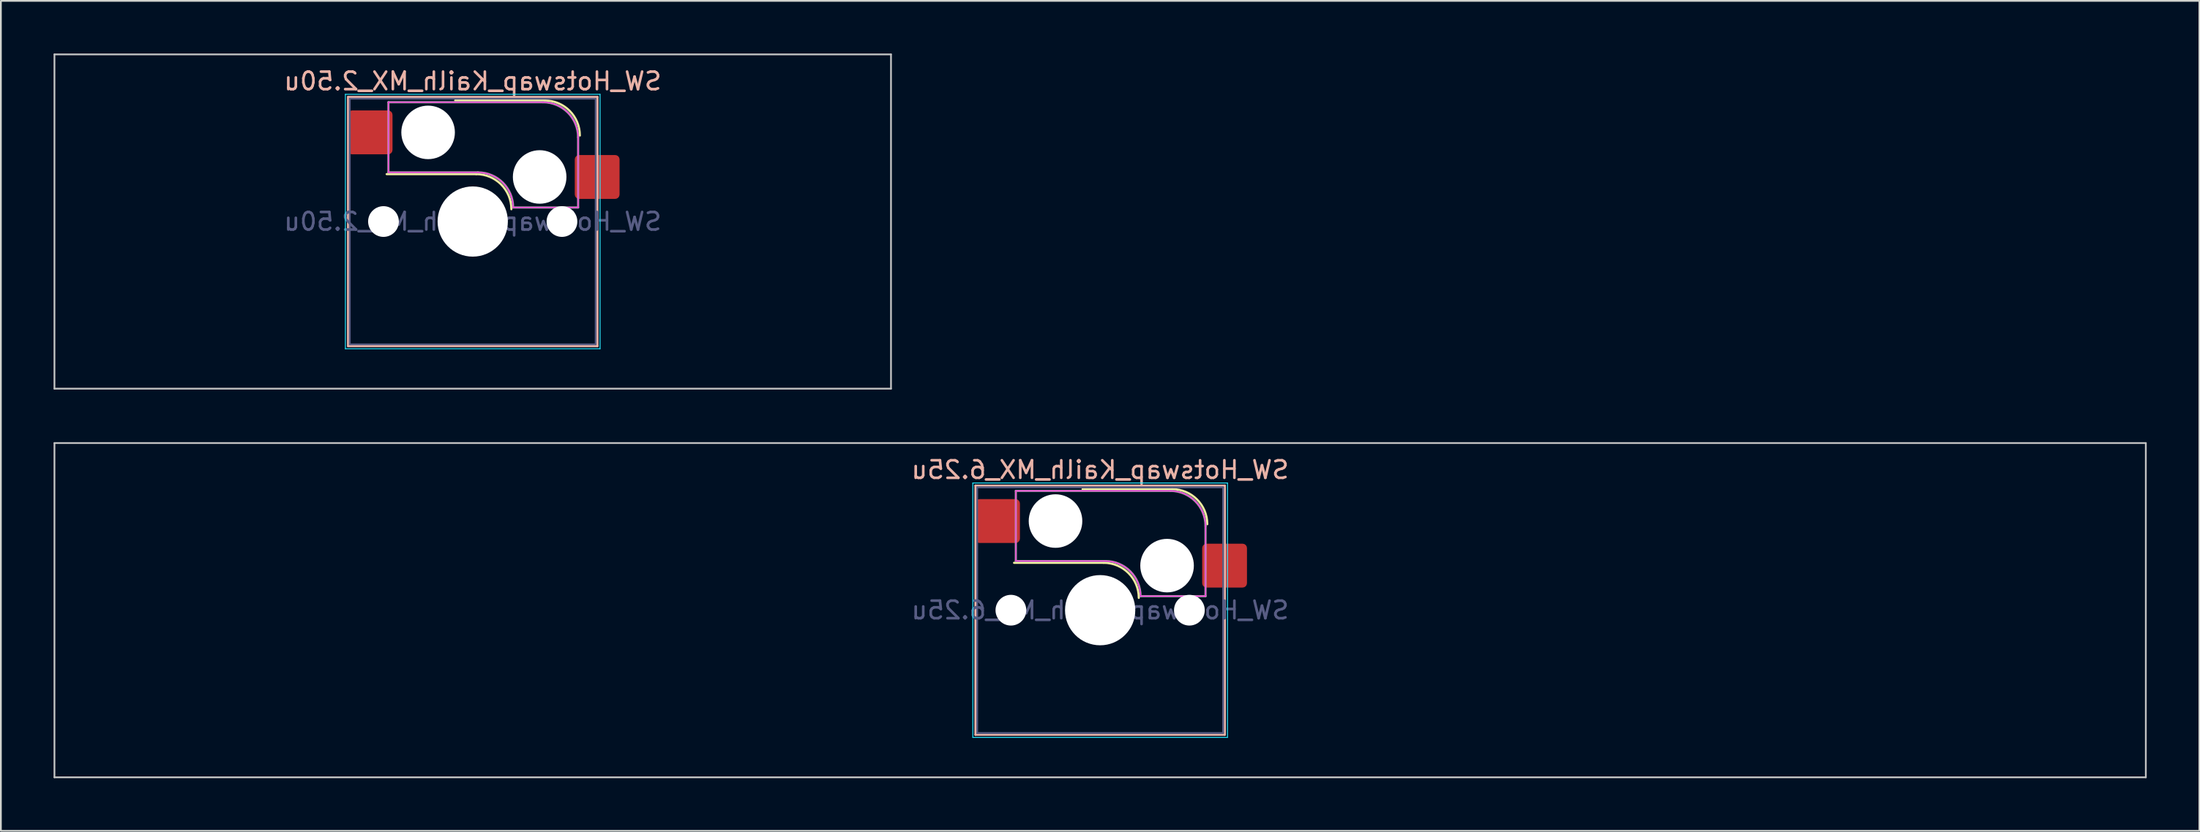
<source format=kicad_pcb>
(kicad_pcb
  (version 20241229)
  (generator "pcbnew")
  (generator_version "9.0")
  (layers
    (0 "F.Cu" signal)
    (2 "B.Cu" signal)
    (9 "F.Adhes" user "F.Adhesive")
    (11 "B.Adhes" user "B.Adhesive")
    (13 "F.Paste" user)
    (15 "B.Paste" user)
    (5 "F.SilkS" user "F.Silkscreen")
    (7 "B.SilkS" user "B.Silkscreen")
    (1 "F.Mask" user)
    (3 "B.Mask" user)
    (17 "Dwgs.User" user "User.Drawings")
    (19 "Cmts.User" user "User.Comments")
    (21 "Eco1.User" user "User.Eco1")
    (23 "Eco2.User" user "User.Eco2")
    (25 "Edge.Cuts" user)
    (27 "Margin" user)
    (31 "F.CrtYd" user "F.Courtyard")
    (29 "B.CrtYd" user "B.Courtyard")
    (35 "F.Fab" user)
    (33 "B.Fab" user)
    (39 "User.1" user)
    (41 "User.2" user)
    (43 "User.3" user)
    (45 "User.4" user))
  (footprint "SW_Hotswap_Kailh_MX_6.25u"
    (layer "F.Cu")
    (at 60.144 26.95)
    (property "Reference" "SW_Hotswap_Kailh_MX_6.25u" (at -0.562 -3.225 0) (layer "B.SilkS") (effects (font (size 1 1) (thickness 0.15)) (justify mirror)))
    (attr smd)
    (fp_line (start -0.362 2.075) (end -5.463 2.075) (stroke (width 0.12) (type solid)) (layer "F.SilkS"))
    (fp_line (start 3.538 -2.125) (end -1.562 -2.125) (stroke (width 0.12) (type solid)) (layer "F.SilkS"))
    (fp_arc (start -0.3625 2.075) (mid 1.051714 2.660786) (end 1.6375 4.075) (stroke (width 0.12) (type solid)) (layer "F.SilkS"))
    (fp_arc (start 3.5375 -2.125) (mid 4.951714 -1.539214) (end 5.5375 -0.125) (stroke (width 0.12) (type solid)) (layer "F.SilkS"))
    (fp_line (start -7.662 -2.325) (end 6.537 -2.325) (stroke (width 0.12) (type solid)) (layer "B.SilkS"))
    (fp_line (start -7.662 11.875) (end -7.662 -2.325) (stroke (width 0.12) (type solid)) (layer "B.SilkS"))
    (fp_line (start 6.537 -2.325) (end 6.537 11.875) (stroke (width 0.12) (type solid)) (layer "B.SilkS"))
    (fp_line (start 6.537 11.875) (end -7.662 11.875) (stroke (width 0.12) (type solid)) (layer "B.SilkS"))
    (fp_line (start -60.094 -4.75) (end 58.969 -4.75) (stroke (width 0.1) (type solid)) (layer "Dwgs.User"))
    (fp_line (start -60.094 14.3) (end -60.094 -4.75) (stroke (width 0.1) (type solid)) (layer "Dwgs.User"))
    (fp_line (start 58.969 -4.75) (end 58.969 14.3) (stroke (width 0.1) (type solid)) (layer "Dwgs.User"))
    (fp_line (start 58.969 14.3) (end -60.094 14.3) (stroke (width 0.1) (type solid)) (layer "Dwgs.User"))
    (fp_line (start -8.363 -1.225) (end -8.363 1.875) (stroke (width 0.1) (type solid)) (layer "Eco1.User"))
    (fp_line (start -8.363 1.875) (end -7.562 1.875) (stroke (width 0.1) (type solid)) (layer "Eco1.User"))
    (fp_line (start -8.363 7.675) (end -8.363 10.775) (stroke (width 0.1) (type solid)) (layer "Eco1.User"))
    (fp_line (start -8.363 10.775) (end -7.562 10.775) (stroke (width 0.1) (type solid)) (layer "Eco1.User"))
    (fp_line (start -7.562 -2.225) (end -7.562 -1.225) (stroke (width 0.1) (type solid)) (layer "Eco1.User"))
    (fp_line (start -7.562 -1.225) (end -8.363 -1.225) (stroke (width 0.1) (type solid)) (layer "Eco1.User"))
    (fp_line (start -7.562 1.875) (end -7.562 7.675) (stroke (width 0.1) (type solid)) (layer "Eco1.User"))
    (fp_line (start -7.562 7.675) (end -8.363 7.675) (stroke (width 0.1) (type solid)) (layer "Eco1.User"))
    (fp_line (start -7.562 10.775) (end -7.562 11.775) (stroke (width 0.1) (type solid)) (layer "Eco1.User"))
    (fp_line (start -7.562 11.775) (end 6.438 11.775) (stroke (width 0.1) (type solid)) (layer "Eco1.User"))
    (fp_line (start 6.438 -2.225) (end -7.562 -2.225) (stroke (width 0.1) (type solid)) (layer "Eco1.User"))
    (fp_line (start 6.438 -1.225) (end 6.438 -2.225) (stroke (width 0.1) (type solid)) (layer "Eco1.User"))
    (fp_line (start 6.438 1.875) (end 7.237 1.875) (stroke (width 0.1) (type solid)) (layer "Eco1.User"))
    (fp_line (start 6.438 7.675) (end 6.438 1.875) (stroke (width 0.1) (type solid)) (layer "Eco1.User"))
    (fp_line (start 6.438 10.775) (end 7.237 10.775) (stroke (width 0.1) (type solid)) (layer "Eco1.User"))
    (fp_line (start 6.438 11.775) (end 6.438 10.775) (stroke (width 0.1) (type solid)) (layer "Eco1.User"))
    (fp_line (start 7.237 -1.225) (end 6.438 -1.225) (stroke (width 0.1) (type solid)) (layer "Eco1.User"))
    (fp_line (start 7.237 1.875) (end 7.237 -1.225) (stroke (width 0.1) (type solid)) (layer "Eco1.User"))
    (fp_line (start 7.237 7.675) (end 6.438 7.675) (stroke (width 0.1) (type solid)) (layer "Eco1.User"))
    (fp_line (start 7.237 10.775) (end 7.237 7.675) (stroke (width 0.1) (type solid)) (layer "Eco1.User"))
    (fp_line (start -7.812 -2.475) (end 6.688 -2.475) (stroke (width 0.05) (type solid)) (layer "B.CrtYd"))
    (fp_line (start -7.812 12.025) (end -7.812 -2.475) (stroke (width 0.05) (type solid)) (layer "B.CrtYd"))
    (fp_line (start 6.688 -2.475) (end 6.688 12.025) (stroke (width 0.05) (type solid)) (layer "B.CrtYd"))
    (fp_line (start 6.688 12.025) (end -7.812 12.025) (stroke (width 0.05) (type solid)) (layer "B.CrtYd"))
    (fp_line (start -5.362 -2.025) (end -5.362 1.975) (stroke (width 0.05) (type solid)) (layer "F.CrtYd"))
    (fp_line (start -0.263 1.975) (end -5.362 1.975) (stroke (width 0.05) (type solid)) (layer "F.CrtYd"))
    (fp_line (start 3.438 -2.025) (end -5.362 -2.025) (stroke (width 0.05) (type solid)) (layer "F.CrtYd"))
    (fp_line (start 5.438 3.975) (end 1.738 3.975) (stroke (width 0.05) (type solid)) (layer "F.CrtYd"))
    (fp_line (start 5.438 3.975) (end 5.438 -0.025) (stroke (width 0.05) (type solid)) (layer "F.CrtYd"))
    (fp_arc (start -0.2625 1.975) (mid 1.151714 2.560786) (end 1.7375 3.975) (stroke (width 0.05) (type solid)) (layer "F.CrtYd"))
    (fp_arc (start 3.4375 -2.025) (mid 4.851714 -1.439214) (end 5.4375 -0.025) (stroke (width 0.05) (type solid)) (layer "F.CrtYd"))
    (fp_line (start -7.562 -2.225) (end 6.438 -2.225) (stroke (width 0.1) (type solid)) (layer "B.Fab"))
    (fp_line (start -7.562 11.775) (end -7.562 -2.225) (stroke (width 0.1) (type solid)) (layer "B.Fab"))
    (fp_line (start 6.438 -2.225) (end 6.438 11.775) (stroke (width 0.1) (type solid)) (layer "B.Fab"))
    (fp_line (start 6.438 11.775) (end -7.562 11.775) (stroke (width 0.1) (type solid)) (layer "B.Fab"))
    (fp_line (start -5.362 -2.025) (end -5.362 1.975) (stroke (width 0.12) (type solid)) (layer "F.Fab"))
    (fp_line (start -0.263 1.975) (end -5.362 1.975) (stroke (width 0.12) (type solid)) (layer "F.Fab"))
    (fp_line (start 3.438 -2.025) (end -5.362 -2.025) (stroke (width 0.12) (type solid)) (layer "F.Fab"))
    (fp_line (start 5.438 3.975) (end 1.738 3.975) (stroke (width 0.12) (type solid)) (layer "F.Fab"))
    (fp_line (start 5.438 3.975) (end 5.438 -0.025) (stroke (width 0.12) (type solid)) (layer "F.Fab"))
    (fp_arc (start -0.2625 1.975) (mid 1.151714 2.560786) (end 1.7375 3.975) (stroke (width 0.12) (type solid)) (layer "F.Fab"))
    (fp_arc (start 3.4375 -2.025) (mid 4.851714 -1.439214) (end 5.4375 -0.025) (stroke (width 0.12) (type solid)) (layer "F.Fab"))
    (fp_text user "${REFERENCE}" (at -0.562 4.775 0) (layer "B.Fab") (effects (font (size 1 1) (thickness 0.15)) (justify mirror)))
    (pad "" np_thru_hole circle (at -5.643 4.775) (size 1.75 1.75) (drill 1.75) (layers "*.Cu" "*.Mask"))
    (pad "" np_thru_hole circle (at -3.103 -0.305) (size 3.05 3.05) (drill 3.05) (layers "*.Cu" "*.Mask"))
    (pad "" np_thru_hole circle (at -0.562 4.775) (size 4 4) (drill 4) (layers "*.Cu" "*.Mask"))
    (pad "" np_thru_hole circle (at 3.248 2.235) (size 3.05 3.05) (drill 3.05) (layers "*.Cu" "*.Mask"))
    (pad "" np_thru_hole circle (at 4.518 4.775) (size 1.75 1.75) (drill 1.75) (layers "*.Cu" "*.Mask"))
    (pad "1" smd roundrect (at 6.522 2.235) (size 2.55 2.5) (layers "F.Cu" "F.Mask" "F.Paste") (roundrect_rratio 0.1))
    (pad "2" smd roundrect (at -6.404 -0.305) (size 2.55 2.5) (layers "F.Cu" "F.Mask" "F.Paste") (roundrect_rratio 0.1)))
  (footprint "SW_Hotswap_Kailh_MX_2.50u"
    (layer "F.Cu")
    (at 24.425 4.8)
    (property "Reference" "SW_Hotswap_Kailh_MX_2.50u" (at -0.562 -3.225 0) (layer "B.SilkS") (effects (font (size 1 1) (thickness 0.15)) (justify mirror)))
    (attr smd)
    (fp_line (start -0.362 2.075) (end -5.463 2.075) (stroke (width 0.12) (type solid)) (layer "F.SilkS"))
    (fp_line (start 3.538 -2.125) (end -1.562 -2.125) (stroke (width 0.12) (type solid)) (layer "F.SilkS"))
    (fp_arc (start -0.3625 2.075) (mid 1.051714 2.660786) (end 1.6375 4.075) (stroke (width 0.12) (type solid)) (layer "F.SilkS"))
    (fp_arc (start 3.5375 -2.125) (mid 4.951714 -1.539214) (end 5.5375 -0.125) (stroke (width 0.12) (type solid)) (layer "F.SilkS"))
    (fp_line (start -7.662 -2.325) (end 6.537 -2.325) (stroke (width 0.12) (type solid)) (layer "B.SilkS"))
    (fp_line (start -7.662 11.875) (end -7.662 -2.325) (stroke (width 0.12) (type solid)) (layer "B.SilkS"))
    (fp_line (start 6.537 -2.325) (end 6.537 11.875) (stroke (width 0.12) (type solid)) (layer "B.SilkS"))
    (fp_line (start 6.537 11.875) (end -7.662 11.875) (stroke (width 0.12) (type solid)) (layer "B.SilkS"))
    (fp_line (start -24.375 -4.75) (end 23.25 -4.75) (stroke (width 0.1) (type solid)) (layer "Dwgs.User"))
    (fp_line (start -24.375 14.3) (end -24.375 -4.75) (stroke (width 0.1) (type solid)) (layer "Dwgs.User"))
    (fp_line (start 23.25 -4.75) (end 23.25 14.3) (stroke (width 0.1) (type solid)) (layer "Dwgs.User"))
    (fp_line (start 23.25 14.3) (end -24.375 14.3) (stroke (width 0.1) (type solid)) (layer "Dwgs.User"))
    (fp_line (start -8.363 -1.225) (end -8.363 1.875) (stroke (width 0.1) (type solid)) (layer "Eco1.User"))
    (fp_line (start -8.363 1.875) (end -7.562 1.875) (stroke (width 0.1) (type solid)) (layer "Eco1.User"))
    (fp_line (start -8.363 7.675) (end -8.363 10.775) (stroke (width 0.1) (type solid)) (layer "Eco1.User"))
    (fp_line (start -8.363 10.775) (end -7.562 10.775) (stroke (width 0.1) (type solid)) (layer "Eco1.User"))
    (fp_line (start -7.562 -2.225) (end -7.562 -1.225) (stroke (width 0.1) (type solid)) (layer "Eco1.User"))
    (fp_line (start -7.562 -1.225) (end -8.363 -1.225) (stroke (width 0.1) (type solid)) (layer "Eco1.User"))
    (fp_line (start -7.562 1.875) (end -7.562 7.675) (stroke (width 0.1) (type solid)) (layer "Eco1.User"))
    (fp_line (start -7.562 7.675) (end -8.363 7.675) (stroke (width 0.1) (type solid)) (layer "Eco1.User"))
    (fp_line (start -7.562 10.775) (end -7.562 11.775) (stroke (width 0.1) (type solid)) (layer "Eco1.User"))
    (fp_line (start -7.562 11.775) (end 6.438 11.775) (stroke (width 0.1) (type solid)) (layer "Eco1.User"))
    (fp_line (start 6.438 -2.225) (end -7.562 -2.225) (stroke (width 0.1) (type solid)) (layer "Eco1.User"))
    (fp_line (start 6.438 -1.225) (end 6.438 -2.225) (stroke (width 0.1) (type solid)) (layer "Eco1.User"))
    (fp_line (start 6.438 1.875) (end 7.237 1.875) (stroke (width 0.1) (type solid)) (layer "Eco1.User"))
    (fp_line (start 6.438 7.675) (end 6.438 1.875) (stroke (width 0.1) (type solid)) (layer "Eco1.User"))
    (fp_line (start 6.438 10.775) (end 7.237 10.775) (stroke (width 0.1) (type solid)) (layer "Eco1.User"))
    (fp_line (start 6.438 11.775) (end 6.438 10.775) (stroke (width 0.1) (type solid)) (layer "Eco1.User"))
    (fp_line (start 7.237 -1.225) (end 6.438 -1.225) (stroke (width 0.1) (type solid)) (layer "Eco1.User"))
    (fp_line (start 7.237 1.875) (end 7.237 -1.225) (stroke (width 0.1) (type solid)) (layer "Eco1.User"))
    (fp_line (start 7.237 7.675) (end 6.438 7.675) (stroke (width 0.1) (type solid)) (layer "Eco1.User"))
    (fp_line (start 7.237 10.775) (end 7.237 7.675) (stroke (width 0.1) (type solid)) (layer "Eco1.User"))
    (fp_line (start -7.812 -2.475) (end 6.688 -2.475) (stroke (width 0.05) (type solid)) (layer "B.CrtYd"))
    (fp_line (start -7.812 12.025) (end -7.812 -2.475) (stroke (width 0.05) (type solid)) (layer "B.CrtYd"))
    (fp_line (start 6.688 -2.475) (end 6.688 12.025) (stroke (width 0.05) (type solid)) (layer "B.CrtYd"))
    (fp_line (start 6.688 12.025) (end -7.812 12.025) (stroke (width 0.05) (type solid)) (layer "B.CrtYd"))
    (fp_line (start -5.362 -2.025) (end -5.362 1.975) (stroke (width 0.05) (type solid)) (layer "F.CrtYd"))
    (fp_line (start -0.263 1.975) (end -5.362 1.975) (stroke (width 0.05) (type solid)) (layer "F.CrtYd"))
    (fp_line (start 3.438 -2.025) (end -5.362 -2.025) (stroke (width 0.05) (type solid)) (layer "F.CrtYd"))
    (fp_line (start 5.438 3.975) (end 1.738 3.975) (stroke (width 0.05) (type solid)) (layer "F.CrtYd"))
    (fp_line (start 5.438 3.975) (end 5.438 -0.025) (stroke (width 0.05) (type solid)) (layer "F.CrtYd"))
    (fp_arc (start -0.2625 1.975) (mid 1.151714 2.560786) (end 1.7375 3.975) (stroke (width 0.05) (type solid)) (layer "F.CrtYd"))
    (fp_arc (start 3.4375 -2.025) (mid 4.851714 -1.439214) (end 5.4375 -0.025) (stroke (width 0.05) (type solid)) (layer "F.CrtYd"))
    (fp_line (start -7.562 -2.225) (end 6.438 -2.225) (stroke (width 0.1) (type solid)) (layer "B.Fab"))
    (fp_line (start -7.562 11.775) (end -7.562 -2.225) (stroke (width 0.1) (type solid)) (layer "B.Fab"))
    (fp_line (start 6.438 -2.225) (end 6.438 11.775) (stroke (width 0.1) (type solid)) (layer "B.Fab"))
    (fp_line (start 6.438 11.775) (end -7.562 11.775) (stroke (width 0.1) (type solid)) (layer "B.Fab"))
    (fp_line (start -5.362 -2.025) (end -5.362 1.975) (stroke (width 0.12) (type solid)) (layer "F.Fab"))
    (fp_line (start -0.263 1.975) (end -5.362 1.975) (stroke (width 0.12) (type solid)) (layer "F.Fab"))
    (fp_line (start 3.438 -2.025) (end -5.362 -2.025) (stroke (width 0.12) (type solid)) (layer "F.Fab"))
    (fp_line (start 5.438 3.975) (end 1.738 3.975) (stroke (width 0.12) (type solid)) (layer "F.Fab"))
    (fp_line (start 5.438 3.975) (end 5.438 -0.025) (stroke (width 0.12) (type solid)) (layer "F.Fab"))
    (fp_arc (start -0.2625 1.975) (mid 1.151714 2.560786) (end 1.7375 3.975) (stroke (width 0.12) (type solid)) (layer "F.Fab"))
    (fp_arc (start 3.4375 -2.025) (mid 4.851714 -1.439214) (end 5.4375 -0.025) (stroke (width 0.12) (type solid)) (layer "F.Fab"))
    (fp_text user "${REFERENCE}" (at -0.562 4.775 0) (layer "B.Fab") (effects (font (size 1 1) (thickness 0.15)) (justify mirror)))
    (pad "" np_thru_hole circle (at -5.643 4.775) (size 1.75 1.75) (drill 1.75) (layers "*.Cu" "*.Mask"))
    (pad "" np_thru_hole circle (at -3.103 -0.305) (size 3.05 3.05) (drill 3.05) (layers "*.Cu" "*.Mask"))
    (pad "" np_thru_hole circle (at -0.562 4.775) (size 4 4) (drill 4) (layers "*.Cu" "*.Mask"))
    (pad "" np_thru_hole circle (at 3.248 2.235) (size 3.05 3.05) (drill 3.05) (layers "*.Cu" "*.Mask"))
    (pad "" np_thru_hole circle (at 4.518 4.775) (size 1.75 1.75) (drill 1.75) (layers "*.Cu" "*.Mask"))
    (pad "1" smd roundrect (at 6.522 2.235) (size 2.55 2.5) (layers "F.Cu" "F.Mask" "F.Paste") (roundrect_rratio 0.1))
    (pad "2" smd roundrect (at -6.404 -0.305) (size 2.55 2.5) (layers "F.Cu" "F.Mask" "F.Paste") (roundrect_rratio 0.1)))
  (gr_rect
    (start -3 -3)
    (end 122.162 44.3)
    (stroke (width 0.1) (type default))
    (fill no)
    (layer "Edge.Cuts")))
</source>
